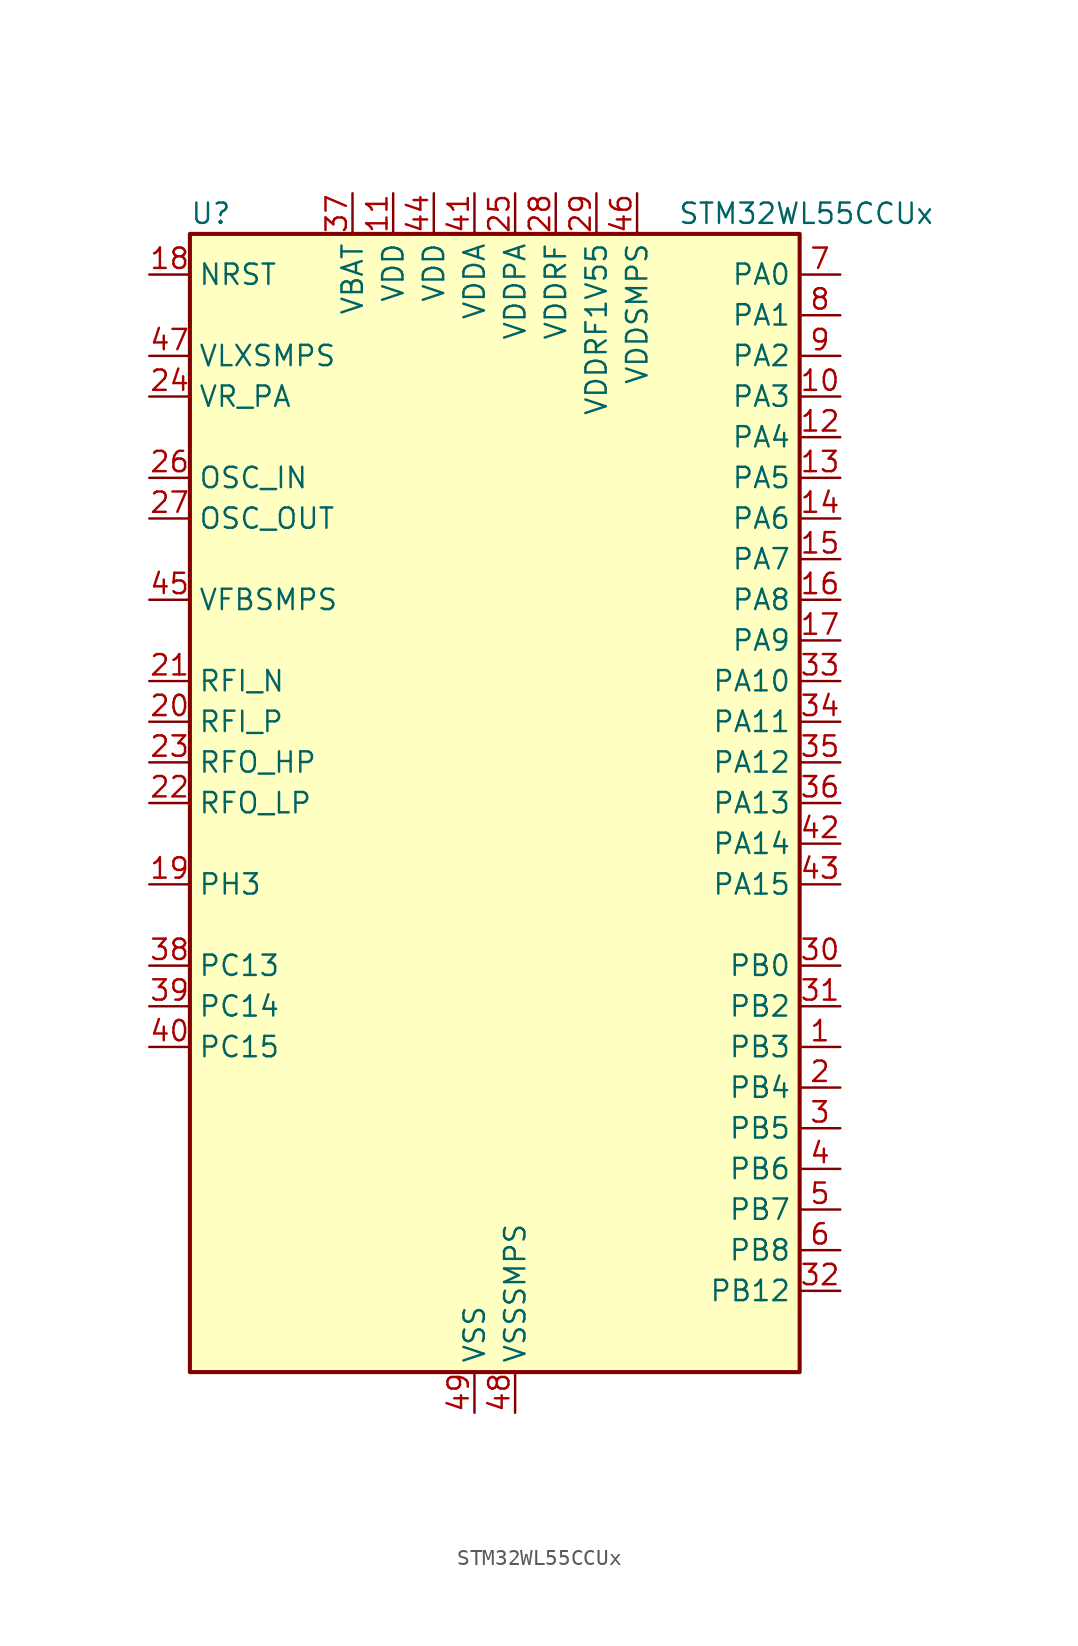
<source format=kicad_sym>
(kicad_symbol_lib
  (version 20231120)
  (generator "kicad_symbol_editor")
  (generator_version "8.0")
  (symbol "STM32WL55CCUx"
    (property "Reference" "U"
      (at -17.78 36.83 0)
      (effects (font (size 1.27 1.27)) (justify left)))
    (property "Value" "STM32WL55CCUx"
      (at 12.7 36.83 0)
      (effects (font (size 1.27 1.27)) (justify left)))
    (property "ki_locked" ""
      (at 0 0 0)
      (effects (font (size 1.27 1.27))))
    (symbol "STM32WL55CCUx_0_1"
      (rectangle (start -17.78 -35.56) (end 20.32 35.56) (stroke (width 0.254) (type default)) (fill (type background))))
    (symbol "STM32WL55CCUx_1_1"
      (pin bidirectional line (at 22.86 -15.24 180) (length 2.54) (name "PB3" (effects (font (size 1.27 1.27)))) (number "1" (effects (font (size 1.27 1.27)))) (alternate "ADC_IN2" bidirectional line) (alternate "COMP1_INM" bidirectional line) (alternate "COMP2_INM" bidirectional line) (alternate "DEBUG_JTDO-SWO" bidirectional line) (alternate "DEBUG_RF-DTB1" bidirectional line) (alternate "PWR_WKUP3" bidirectional line) (alternate "RTC_TAMP_IN3" bidirectional line) (alternate "SPI1_SCK" bidirectional line) (alternate "TIM2_CH2" bidirectional line) (alternate "USART1_DE" bidirectional line) (alternate "USART1_RTS" bidirectional line))
      (pin bidirectional line (at 22.86 25.4 180) (length 2.54) (name "PA3" (effects (font (size 1.27 1.27)))) (number "10" (effects (font (size 1.27 1.27)))) (alternate "I2S2_MCK" bidirectional line) (alternate "LPUART1_RX" bidirectional line) (alternate "TIM2_CH4" bidirectional line) (alternate "USART2_RX" bidirectional line))
      (pin power_in line (at -5.08 38.1 270) (length 2.54) (name "VDD" (effects (font (size 1.27 1.27)))) (number "11" (effects (font (size 1.27 1.27)))))
      (pin bidirectional line (at 22.86 22.86 180) (length 2.54) (name "PA4" (effects (font (size 1.27 1.27)))) (number "12" (effects (font (size 1.27 1.27)))) (alternate "DEBUG_SUBGHZSPI-NSSOUT" bidirectional line) (alternate "LPTIM1_OUT" bidirectional line) (alternate "LPTIM2_OUT" bidirectional line) (alternate "RTC_OUT2" bidirectional line) (alternate "SPI1_NSS" bidirectional line) (alternate "USART2_CK" bidirectional line))
      (pin bidirectional line (at 22.86 20.32 180) (length 2.54) (name "PA5" (effects (font (size 1.27 1.27)))) (number "13" (effects (font (size 1.27 1.27)))) (alternate "DEBUG_SUBGHZSPI-SCKOUT" bidirectional line) (alternate "LPTIM2_ETR" bidirectional line) (alternate "SPI1_SCK" bidirectional line) (alternate "SPI2_MISO" bidirectional line) (alternate "TIM2_CH1" bidirectional line) (alternate "TIM2_ETR" bidirectional line))
      (pin bidirectional line (at 22.86 17.78 180) (length 2.54) (name "PA6" (effects (font (size 1.27 1.27)))) (number "14" (effects (font (size 1.27 1.27)))) (alternate "DEBUG_SUBGHZSPI-MISOOUT" bidirectional line) (alternate "I2C2_SMBA" bidirectional line) (alternate "LPUART1_CTS" bidirectional line) (alternate "SPI1_MISO" bidirectional line) (alternate "TIM16_CH1" bidirectional line) (alternate "TIM1_BKIN" bidirectional line))
      (pin bidirectional line (at 22.86 15.24 180) (length 2.54) (name "PA7" (effects (font (size 1.27 1.27)))) (number "15" (effects (font (size 1.27 1.27)))) (alternate "COMP2_OUT" bidirectional line) (alternate "DEBUG_SUBGHZSPI-MOSIOUT" bidirectional line) (alternate "I2C3_SCL" bidirectional line) (alternate "SPI1_MOSI" bidirectional line) (alternate "TIM17_CH1" bidirectional line) (alternate "TIM1_CH1N" bidirectional line))
      (pin bidirectional line (at 22.86 12.7 180) (length 2.54) (name "PA8" (effects (font (size 1.27 1.27)))) (number "16" (effects (font (size 1.27 1.27)))) (alternate "I2S2_CK" bidirectional line) (alternate "LPTIM2_OUT" bidirectional line) (alternate "RCC_MCO" bidirectional line) (alternate "SPI2_SCK" bidirectional line) (alternate "TIM1_CH1" bidirectional line) (alternate "USART1_CK" bidirectional line))
      (pin bidirectional line (at 22.86 10.16 180) (length 2.54) (name "PA9" (effects (font (size 1.27 1.27)))) (number "17" (effects (font (size 1.27 1.27)))) (alternate "DAC_EXTI9" bidirectional line) (alternate "I2C1_SCL" bidirectional line) (alternate "I2S2_CK" bidirectional line) (alternate "I2S2_WS" bidirectional line) (alternate "SPI2_NSS" bidirectional line) (alternate "SPI2_SCK" bidirectional line) (alternate "TIM1_CH2" bidirectional line) (alternate "USART1_TX" bidirectional line))
      (pin input line (at -20.32 33.02 0) (length 2.54) (name "NRST" (effects (font (size 1.27 1.27)))) (number "18" (effects (font (size 1.27 1.27)))))
      (pin bidirectional line (at -20.32 -5.08 0) (length 2.54) (name "PH3" (effects (font (size 1.27 1.27)))) (number "19" (effects (font (size 1.27 1.27)))))
      (pin bidirectional line (at 22.86 -17.78 180) (length 2.54) (name "PB4" (effects (font (size 1.27 1.27)))) (number "2" (effects (font (size 1.27 1.27)))) (alternate "ADC_IN3" bidirectional line) (alternate "COMP1_INP" bidirectional line) (alternate "COMP2_INP" bidirectional line) (alternate "DEBUG_JTRST" bidirectional line) (alternate "DEBUG_RF-LDORDY" bidirectional line) (alternate "I2C3_SDA" bidirectional line) (alternate "SPI1_MISO" bidirectional line) (alternate "TIM17_BKIN" bidirectional line) (alternate "USART1_CTS" bidirectional line) (alternate "USART1_NSS" bidirectional line))
      (pin bidirectional line (at -20.32 5.08 0) (length 2.54) (name "RFI_P" (effects (font (size 1.27 1.27)))) (number "20" (effects (font (size 1.27 1.27)))))
      (pin bidirectional line (at -20.32 7.62 0) (length 2.54) (name "RFI_N" (effects (font (size 1.27 1.27)))) (number "21" (effects (font (size 1.27 1.27)))))
      (pin bidirectional line (at -20.32 0 0) (length 2.54) (name "RFO_LP" (effects (font (size 1.27 1.27)))) (number "22" (effects (font (size 1.27 1.27)))))
      (pin bidirectional line (at -20.32 2.54 0) (length 2.54) (name "RFO_HP" (effects (font (size 1.27 1.27)))) (number "23" (effects (font (size 1.27 1.27)))))
      (pin power_in line (at -20.32 25.4 0) (length 2.54) (name "VR_PA" (effects (font (size 1.27 1.27)))) (number "24" (effects (font (size 1.27 1.27)))))
      (pin power_in line (at 2.54 38.1 270) (length 2.54) (name "VDDPA" (effects (font (size 1.27 1.27)))) (number "25" (effects (font (size 1.27 1.27)))))
      (pin input line (at -20.32 20.32 0) (length 2.54) (name "OSC_IN" (effects (font (size 1.27 1.27)))) (number "26" (effects (font (size 1.27 1.27)))) (alternate "RCC_OSC_IN" bidirectional line))
      (pin input line (at -20.32 17.78 0) (length 2.54) (name "OSC_OUT" (effects (font (size 1.27 1.27)))) (number "27" (effects (font (size 1.27 1.27)))) (alternate "RCC_OSC_OUT" bidirectional line))
      (pin power_in line (at 5.08 38.1 270) (length 2.54) (name "VDDRF" (effects (font (size 1.27 1.27)))) (number "28" (effects (font (size 1.27 1.27)))))
      (pin power_in line (at 7.62 38.1 270) (length 2.54) (name "VDDRF1V55" (effects (font (size 1.27 1.27)))) (number "29" (effects (font (size 1.27 1.27)))))
      (pin bidirectional line (at 22.86 -20.32 180) (length 2.54) (name "PB5" (effects (font (size 1.27 1.27)))) (number "3" (effects (font (size 1.27 1.27)))) (alternate "COMP2_OUT" bidirectional line) (alternate "I2C1_SMBA" bidirectional line) (alternate "LPTIM1_IN1" bidirectional line) (alternate "SPI1_MOSI" bidirectional line) (alternate "TIM16_BKIN" bidirectional line) (alternate "USART1_CK" bidirectional line))
      (pin bidirectional line (at 22.86 -10.16 180) (length 2.54) (name "PB0" (effects (font (size 1.27 1.27)))) (number "30" (effects (font (size 1.27 1.27)))) (alternate "COMP1_OUT" bidirectional line) (alternate "VDDTCXO" bidirectional line))
      (pin bidirectional line (at 22.86 -12.7 180) (length 2.54) (name "PB2" (effects (font (size 1.27 1.27)))) (number "31" (effects (font (size 1.27 1.27)))) (alternate "ADC_IN4" bidirectional line) (alternate "COMP1_INP" bidirectional line) (alternate "COMP2_INM" bidirectional line) (alternate "DEBUG_RF-SMPSRDY" bidirectional line) (alternate "I2C3_SMBA" bidirectional line) (alternate "LPTIM1_OUT" bidirectional line) (alternate "SPI1_NSS" bidirectional line))
      (pin bidirectional line (at 22.86 -30.48 180) (length 2.54) (name "PB12" (effects (font (size 1.27 1.27)))) (number "32" (effects (font (size 1.27 1.27)))) (alternate "I2C3_SMBA" bidirectional line) (alternate "I2S2_WS" bidirectional line) (alternate "LPUART1_RTS" bidirectional line) (alternate "SPI2_NSS" bidirectional line) (alternate "TIM1_BKIN" bidirectional line))
      (pin bidirectional line (at 22.86 7.62 180) (length 2.54) (name "PA10" (effects (font (size 1.27 1.27)))) (number "33" (effects (font (size 1.27 1.27)))) (alternate "ADC_IN6" bidirectional line) (alternate "COMP1_INM" bidirectional line) (alternate "COMP2_INM" bidirectional line) (alternate "DAC_OUT1" bidirectional line) (alternate "DEBUG_RF-HSE32RDY" bidirectional line) (alternate "I2C1_SDA" bidirectional line) (alternate "I2S2_SD" bidirectional line) (alternate "RTC_REFIN" bidirectional line) (alternate "SPI2_MOSI" bidirectional line) (alternate "TIM17_BKIN" bidirectional line) (alternate "TIM1_CH3" bidirectional line) (alternate "USART1_RX" bidirectional line))
      (pin bidirectional line (at 22.86 5.08 180) (length 2.54) (name "PA11" (effects (font (size 1.27 1.27)))) (number "34" (effects (font (size 1.27 1.27)))) (alternate "ADC_EXTI11" bidirectional line) (alternate "ADC_IN7" bidirectional line) (alternate "COMP1_INM" bidirectional line) (alternate "COMP2_INM" bidirectional line) (alternate "DEBUG_RF-NRESET" bidirectional line) (alternate "I2C2_SDA" bidirectional line) (alternate "LPTIM3_ETR" bidirectional line) (alternate "SPI1_MISO" bidirectional line) (alternate "TIM1_BKIN2" bidirectional line) (alternate "TIM1_CH4" bidirectional line) (alternate "USART1_CTS" bidirectional line) (alternate "USART1_NSS" bidirectional line))
      (pin bidirectional line (at 22.86 2.54 180) (length 2.54) (name "PA12" (effects (font (size 1.27 1.27)))) (number "35" (effects (font (size 1.27 1.27)))) (alternate "ADC_IN8" bidirectional line) (alternate "DEBUG_RF-BUSY" bidirectional line) (alternate "I2C2_SCL" bidirectional line) (alternate "LPTIM3_IN1" bidirectional line) (alternate "SPI1_MOSI" bidirectional line) (alternate "TIM1_ETR" bidirectional line) (alternate "USART1_DE" bidirectional line) (alternate "USART1_RTS" bidirectional line))
      (pin bidirectional line (at 22.86 0 180) (length 2.54) (name "PA13" (effects (font (size 1.27 1.27)))) (number "36" (effects (font (size 1.27 1.27)))) (alternate "ADC_IN9" bidirectional line) (alternate "DEBUG_JTMS-SWDIO" bidirectional line) (alternate "I2C2_SMBA" bidirectional line) (alternate "IR_OUT" bidirectional line))
      (pin power_in line (at -7.62 38.1 270) (length 2.54) (name "VBAT" (effects (font (size 1.27 1.27)))) (number "37" (effects (font (size 1.27 1.27)))))
      (pin bidirectional line (at -20.32 -10.16 0) (length 2.54) (name "PC13" (effects (font (size 1.27 1.27)))) (number "38" (effects (font (size 1.27 1.27)))) (alternate "PWR_WKUP2" bidirectional line) (alternate "RTC_OUT1" bidirectional line) (alternate "RTC_TAMP_IN1" bidirectional line) (alternate "RTC_TS" bidirectional line))
      (pin bidirectional line (at -20.32 -12.7 0) (length 2.54) (name "PC14" (effects (font (size 1.27 1.27)))) (number "39" (effects (font (size 1.27 1.27)))) (alternate "RCC_OSC32_IN" bidirectional line))
      (pin bidirectional line (at 22.86 -22.86 180) (length 2.54) (name "PB6" (effects (font (size 1.27 1.27)))) (number "4" (effects (font (size 1.27 1.27)))) (alternate "I2C1_SCL" bidirectional line) (alternate "LPTIM1_ETR" bidirectional line) (alternate "TIM16_CH1N" bidirectional line) (alternate "USART1_TX" bidirectional line))
      (pin bidirectional line (at -20.32 -15.24 0) (length 2.54) (name "PC15" (effects (font (size 1.27 1.27)))) (number "40" (effects (font (size 1.27 1.27)))) (alternate "RCC_OSC32_OUT" bidirectional line))
      (pin power_in line (at 0 38.1 270) (length 2.54) (name "VDDA" (effects (font (size 1.27 1.27)))) (number "41" (effects (font (size 1.27 1.27)))))
      (pin bidirectional line (at 22.86 -2.54 180) (length 2.54) (name "PA14" (effects (font (size 1.27 1.27)))) (number "42" (effects (font (size 1.27 1.27)))) (alternate "ADC_IN10" bidirectional line) (alternate "DEBUG_JTCK-SWCLK" bidirectional line) (alternate "I2C1_SMBA" bidirectional line) (alternate "LPTIM1_OUT" bidirectional line))
      (pin bidirectional line (at 22.86 -5.08 180) (length 2.54) (name "PA15" (effects (font (size 1.27 1.27)))) (number "43" (effects (font (size 1.27 1.27)))) (alternate "ADC_IN11" bidirectional line) (alternate "COMP1_INM" bidirectional line) (alternate "COMP2_INP" bidirectional line) (alternate "DEBUG_JTDI" bidirectional line) (alternate "I2C2_SDA" bidirectional line) (alternate "SPI1_NSS" bidirectional line) (alternate "TIM2_CH1" bidirectional line) (alternate "TIM2_ETR" bidirectional line))
      (pin power_in line (at -2.54 38.1 270) (length 2.54) (name "VDD" (effects (font (size 1.27 1.27)))) (number "44" (effects (font (size 1.27 1.27)))))
      (pin input line (at -20.32 12.7 0) (length 2.54) (name "VFBSMPS" (effects (font (size 1.27 1.27)))) (number "45" (effects (font (size 1.27 1.27)))))
      (pin power_in line (at 10.16 38.1 270) (length 2.54) (name "VDDSMPS" (effects (font (size 1.27 1.27)))) (number "46" (effects (font (size 1.27 1.27)))))
      (pin power_in line (at -20.32 27.94 0) (length 2.54) (name "VLXSMPS" (effects (font (size 1.27 1.27)))) (number "47" (effects (font (size 1.27 1.27)))))
      (pin power_in line (at 2.54 -38.1 90) (length 2.54) (name "VSSSMPS" (effects (font (size 1.27 1.27)))) (number "48" (effects (font (size 1.27 1.27)))))
      (pin power_in line (at 0 -38.1 90) (length 2.54) (name "VSS" (effects (font (size 1.27 1.27)))) (number "49" (effects (font (size 1.27 1.27)))))
      (pin bidirectional line (at 22.86 -25.4 180) (length 2.54) (name "PB7" (effects (font (size 1.27 1.27)))) (number "5" (effects (font (size 1.27 1.27)))) (alternate "I2C1_SDA" bidirectional line) (alternate "LPTIM1_IN2" bidirectional line) (alternate "PWR_PVD_IN" bidirectional line) (alternate "TIM17_CH1N" bidirectional line) (alternate "TIM1_BKIN" bidirectional line) (alternate "USART1_RX" bidirectional line))
      (pin bidirectional line (at 22.86 -27.94 180) (length 2.54) (name "PB8" (effects (font (size 1.27 1.27)))) (number "6" (effects (font (size 1.27 1.27)))) (alternate "I2C1_SCL" bidirectional line) (alternate "TIM16_CH1" bidirectional line) (alternate "TIM1_CH2N" bidirectional line))
      (pin bidirectional line (at 22.86 33.02 180) (length 2.54) (name "PA0" (effects (font (size 1.27 1.27)))) (number "7" (effects (font (size 1.27 1.27)))) (alternate "COMP1_OUT" bidirectional line) (alternate "DEBUG_PWR-REGLP1S" bidirectional line) (alternate "I2C3_SMBA" bidirectional line) (alternate "I2S_CKIN" bidirectional line) (alternate "PWR_WKUP1" bidirectional line) (alternate "RTC_TAMP_IN2" bidirectional line) (alternate "TIM2_CH1" bidirectional line) (alternate "TIM2_ETR" bidirectional line) (alternate "USART2_CTS" bidirectional line) (alternate "USART2_NSS" bidirectional line))
      (pin bidirectional line (at 22.86 30.48 180) (length 2.54) (name "PA1" (effects (font (size 1.27 1.27)))) (number "8" (effects (font (size 1.27 1.27)))) (alternate "DEBUG_PWR-REGLP2S" bidirectional line) (alternate "I2C1_SMBA" bidirectional line) (alternate "LPTIM3_OUT" bidirectional line) (alternate "LPUART1_RTS" bidirectional line) (alternate "SPI1_SCK" bidirectional line) (alternate "TIM2_CH2" bidirectional line) (alternate "USART2_DE" bidirectional line) (alternate "USART2_RTS" bidirectional line))
      (pin bidirectional line (at 22.86 27.94 180) (length 2.54) (name "PA2" (effects (font (size 1.27 1.27)))) (number "9" (effects (font (size 1.27 1.27)))) (alternate "COMP2_OUT" bidirectional line) (alternate "DEBUG_PWR-LDORDY" bidirectional line) (alternate "LPUART1_TX" bidirectional line) (alternate "RCC_LSCO" bidirectional line) (alternate "TIM2_CH3" bidirectional line) (alternate "USART2_TX" bidirectional line)))))
</source>
